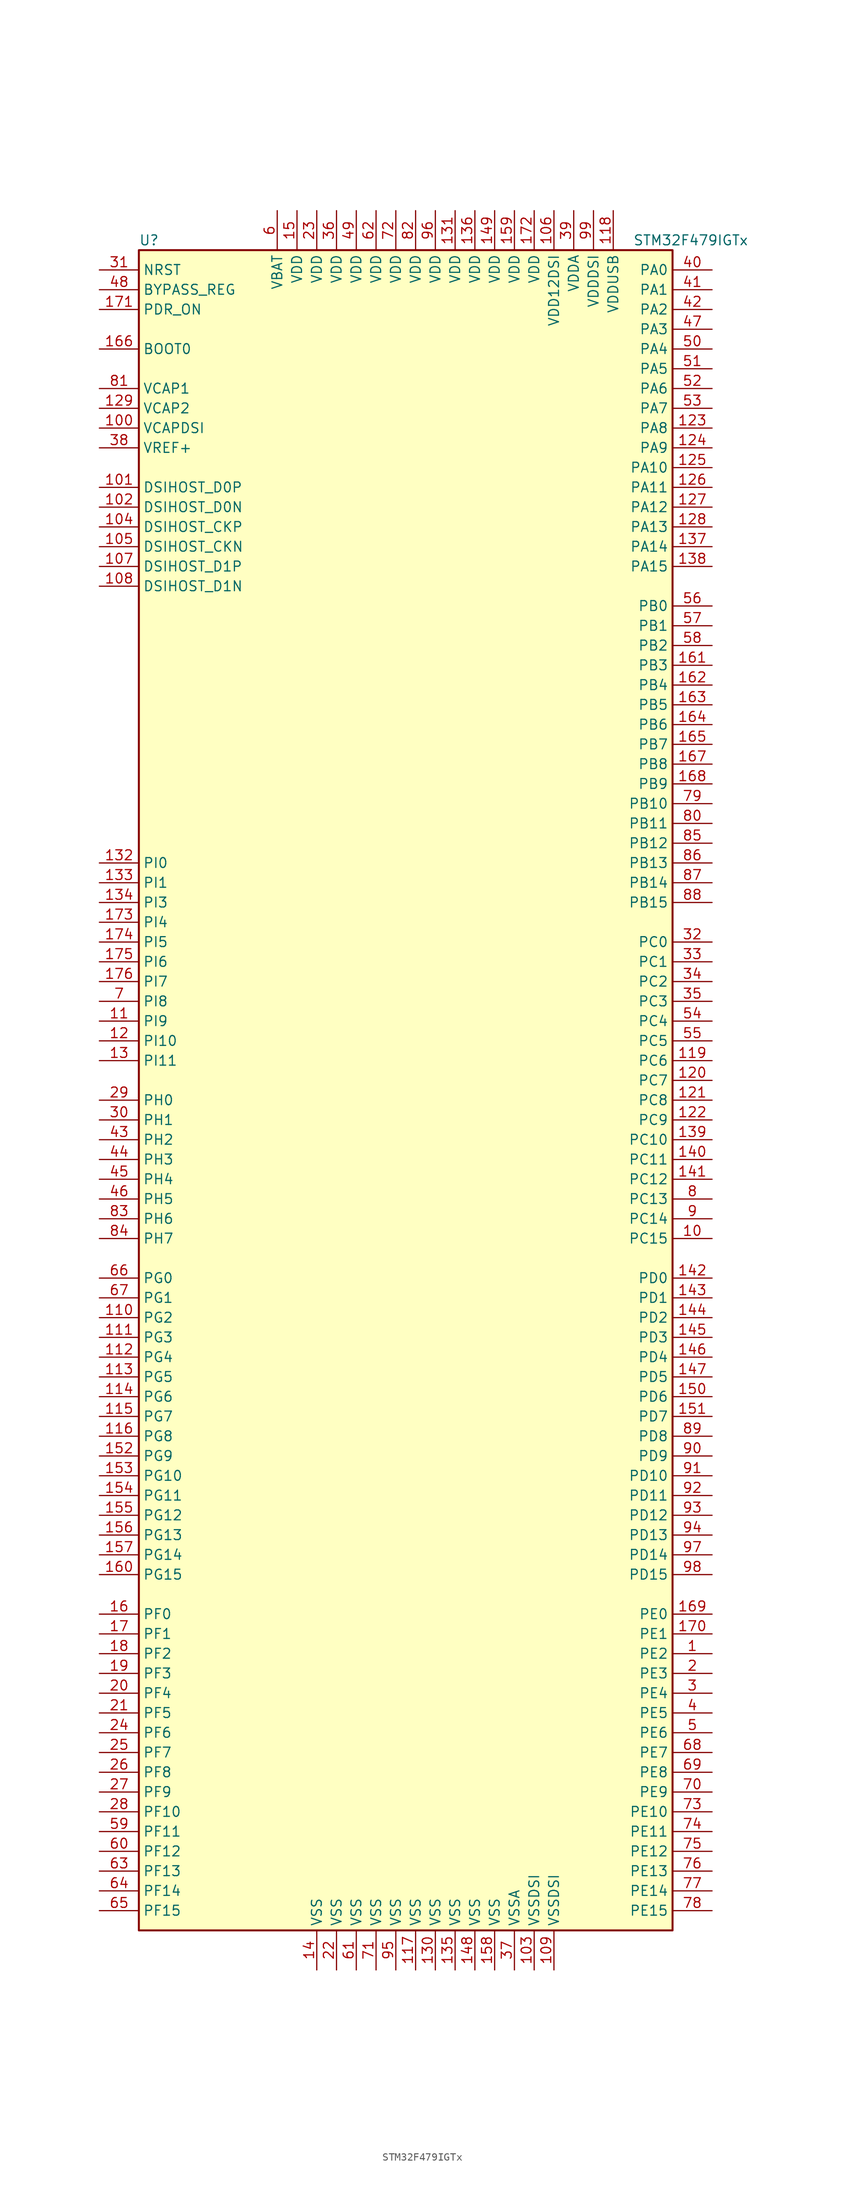
<source format=kicad_sym>
(kicad_symbol_lib
  (version 20211014)
  (generator kicad_symbol_editor)
  (symbol "STM32F479IGTx"
    (property "Reference" "U"
      (at -35.56 107.95 0)
      (effects (font (size 1.27 1.27)) (justify left)))
    (property "Value" "STM32F479IGTx"
      (at 27.94 107.95 0)
      (effects (font (size 1.27 1.27)) (justify left)))
    (symbol "STM32F479IGTx_0_1"
      (rectangle (start -35.56 -109.22) (end 33.02 106.68) (stroke (width 0.254) (type default) (color 0 0 0 0)) (fill (type background))))
    (symbol "STM32F479IGTx_1_1"
      (pin bidirectional line (at 38.1 -73.66 180) (length 5.08) (name "PE2" (effects (font (size 1.27 1.27)))) (number "1" (effects (font (size 1.27 1.27)))))
      (pin bidirectional line (at 38.1 -20.32 180) (length 5.08) (name "PC15" (effects (font (size 1.27 1.27)))) (number "10" (effects (font (size 1.27 1.27)))))
      (pin power_in line (at -40.64 83.82 0) (length 5.08) (name "VCAPDSI" (effects (font (size 1.27 1.27)))) (number "100" (effects (font (size 1.27 1.27)))))
      (pin bidirectional line (at -40.64 76.2 0) (length 5.08) (name "DSIHOST_D0P" (effects (font (size 1.27 1.27)))) (number "101" (effects (font (size 1.27 1.27)))))
      (pin bidirectional line (at -40.64 73.66 0) (length 5.08) (name "DSIHOST_D0N" (effects (font (size 1.27 1.27)))) (number "102" (effects (font (size 1.27 1.27)))))
      (pin power_in line (at 15.24 -114.3 90) (length 5.08) (name "VSSDSI" (effects (font (size 1.27 1.27)))) (number "103" (effects (font (size 1.27 1.27)))))
      (pin bidirectional line (at -40.64 71.12 0) (length 5.08) (name "DSIHOST_CKP" (effects (font (size 1.27 1.27)))) (number "104" (effects (font (size 1.27 1.27)))))
      (pin bidirectional line (at -40.64 68.58 0) (length 5.08) (name "DSIHOST_CKN" (effects (font (size 1.27 1.27)))) (number "105" (effects (font (size 1.27 1.27)))))
      (pin power_in line (at 17.78 111.76 270) (length 5.08) (name "VDD12DSI" (effects (font (size 1.27 1.27)))) (number "106" (effects (font (size 1.27 1.27)))))
      (pin bidirectional line (at -40.64 66.04 0) (length 5.08) (name "DSIHOST_D1P" (effects (font (size 1.27 1.27)))) (number "107" (effects (font (size 1.27 1.27)))))
      (pin bidirectional line (at -40.64 63.5 0) (length 5.08) (name "DSIHOST_D1N" (effects (font (size 1.27 1.27)))) (number "108" (effects (font (size 1.27 1.27)))))
      (pin power_in line (at 17.78 -114.3 90) (length 5.08) (name "VSSDSI" (effects (font (size 1.27 1.27)))) (number "109" (effects (font (size 1.27 1.27)))))
      (pin bidirectional line (at -40.64 7.62 0) (length 5.08) (name "PI9" (effects (font (size 1.27 1.27)))) (number "11" (effects (font (size 1.27 1.27)))))
      (pin bidirectional line (at -40.64 -30.48 0) (length 5.08) (name "PG2" (effects (font (size 1.27 1.27)))) (number "110" (effects (font (size 1.27 1.27)))))
      (pin bidirectional line (at -40.64 -33.02 0) (length 5.08) (name "PG3" (effects (font (size 1.27 1.27)))) (number "111" (effects (font (size 1.27 1.27)))))
      (pin bidirectional line (at -40.64 -35.56 0) (length 5.08) (name "PG4" (effects (font (size 1.27 1.27)))) (number "112" (effects (font (size 1.27 1.27)))))
      (pin bidirectional line (at -40.64 -38.1 0) (length 5.08) (name "PG5" (effects (font (size 1.27 1.27)))) (number "113" (effects (font (size 1.27 1.27)))))
      (pin bidirectional line (at -40.64 -40.64 0) (length 5.08) (name "PG6" (effects (font (size 1.27 1.27)))) (number "114" (effects (font (size 1.27 1.27)))))
      (pin bidirectional line (at -40.64 -43.18 0) (length 5.08) (name "PG7" (effects (font (size 1.27 1.27)))) (number "115" (effects (font (size 1.27 1.27)))))
      (pin bidirectional line (at -40.64 -45.72 0) (length 5.08) (name "PG8" (effects (font (size 1.27 1.27)))) (number "116" (effects (font (size 1.27 1.27)))))
      (pin power_in line (at 0 -114.3 90) (length 5.08) (name "VSS" (effects (font (size 1.27 1.27)))) (number "117" (effects (font (size 1.27 1.27)))))
      (pin power_in line (at 25.4 111.76 270) (length 5.08) (name "VDDUSB" (effects (font (size 1.27 1.27)))) (number "118" (effects (font (size 1.27 1.27)))))
      (pin bidirectional line (at 38.1 2.54 180) (length 5.08) (name "PC6" (effects (font (size 1.27 1.27)))) (number "119" (effects (font (size 1.27 1.27)))))
      (pin bidirectional line (at -40.64 5.08 0) (length 5.08) (name "PI10" (effects (font (size 1.27 1.27)))) (number "12" (effects (font (size 1.27 1.27)))))
      (pin bidirectional line (at 38.1 0 180) (length 5.08) (name "PC7" (effects (font (size 1.27 1.27)))) (number "120" (effects (font (size 1.27 1.27)))))
      (pin bidirectional line (at 38.1 -2.54 180) (length 5.08) (name "PC8" (effects (font (size 1.27 1.27)))) (number "121" (effects (font (size 1.27 1.27)))))
      (pin bidirectional line (at 38.1 -5.08 180) (length 5.08) (name "PC9" (effects (font (size 1.27 1.27)))) (number "122" (effects (font (size 1.27 1.27)))))
      (pin bidirectional line (at 38.1 83.82 180) (length 5.08) (name "PA8" (effects (font (size 1.27 1.27)))) (number "123" (effects (font (size 1.27 1.27)))))
      (pin bidirectional line (at 38.1 81.28 180) (length 5.08) (name "PA9" (effects (font (size 1.27 1.27)))) (number "124" (effects (font (size 1.27 1.27)))))
      (pin bidirectional line (at 38.1 78.74 180) (length 5.08) (name "PA10" (effects (font (size 1.27 1.27)))) (number "125" (effects (font (size 1.27 1.27)))))
      (pin bidirectional line (at 38.1 76.2 180) (length 5.08) (name "PA11" (effects (font (size 1.27 1.27)))) (number "126" (effects (font (size 1.27 1.27)))))
      (pin bidirectional line (at 38.1 73.66 180) (length 5.08) (name "PA12" (effects (font (size 1.27 1.27)))) (number "127" (effects (font (size 1.27 1.27)))))
      (pin bidirectional line (at 38.1 71.12 180) (length 5.08) (name "PA13" (effects (font (size 1.27 1.27)))) (number "128" (effects (font (size 1.27 1.27)))))
      (pin power_in line (at -40.64 86.36 0) (length 5.08) (name "VCAP2" (effects (font (size 1.27 1.27)))) (number "129" (effects (font (size 1.27 1.27)))))
      (pin bidirectional line (at -40.64 2.54 0) (length 5.08) (name "PI11" (effects (font (size 1.27 1.27)))) (number "13" (effects (font (size 1.27 1.27)))))
      (pin power_in line (at 2.54 -114.3 90) (length 5.08) (name "VSS" (effects (font (size 1.27 1.27)))) (number "130" (effects (font (size 1.27 1.27)))))
      (pin power_in line (at 5.08 111.76 270) (length 5.08) (name "VDD" (effects (font (size 1.27 1.27)))) (number "131" (effects (font (size 1.27 1.27)))))
      (pin bidirectional line (at -40.64 27.94 0) (length 5.08) (name "PI0" (effects (font (size 1.27 1.27)))) (number "132" (effects (font (size 1.27 1.27)))))
      (pin bidirectional line (at -40.64 25.4 0) (length 5.08) (name "PI1" (effects (font (size 1.27 1.27)))) (number "133" (effects (font (size 1.27 1.27)))))
      (pin bidirectional line (at -40.64 22.86 0) (length 5.08) (name "PI3" (effects (font (size 1.27 1.27)))) (number "134" (effects (font (size 1.27 1.27)))))
      (pin power_in line (at 5.08 -114.3 90) (length 5.08) (name "VSS" (effects (font (size 1.27 1.27)))) (number "135" (effects (font (size 1.27 1.27)))))
      (pin power_in line (at 7.62 111.76 270) (length 5.08) (name "VDD" (effects (font (size 1.27 1.27)))) (number "136" (effects (font (size 1.27 1.27)))))
      (pin bidirectional line (at 38.1 68.58 180) (length 5.08) (name "PA14" (effects (font (size 1.27 1.27)))) (number "137" (effects (font (size 1.27 1.27)))))
      (pin bidirectional line (at 38.1 66.04 180) (length 5.08) (name "PA15" (effects (font (size 1.27 1.27)))) (number "138" (effects (font (size 1.27 1.27)))))
      (pin bidirectional line (at 38.1 -7.62 180) (length 5.08) (name "PC10" (effects (font (size 1.27 1.27)))) (number "139" (effects (font (size 1.27 1.27)))))
      (pin power_in line (at -12.7 -114.3 90) (length 5.08) (name "VSS" (effects (font (size 1.27 1.27)))) (number "14" (effects (font (size 1.27 1.27)))))
      (pin bidirectional line (at 38.1 -10.16 180) (length 5.08) (name "PC11" (effects (font (size 1.27 1.27)))) (number "140" (effects (font (size 1.27 1.27)))))
      (pin bidirectional line (at 38.1 -12.7 180) (length 5.08) (name "PC12" (effects (font (size 1.27 1.27)))) (number "141" (effects (font (size 1.27 1.27)))))
      (pin bidirectional line (at 38.1 -25.4 180) (length 5.08) (name "PD0" (effects (font (size 1.27 1.27)))) (number "142" (effects (font (size 1.27 1.27)))))
      (pin bidirectional line (at 38.1 -27.94 180) (length 5.08) (name "PD1" (effects (font (size 1.27 1.27)))) (number "143" (effects (font (size 1.27 1.27)))))
      (pin bidirectional line (at 38.1 -30.48 180) (length 5.08) (name "PD2" (effects (font (size 1.27 1.27)))) (number "144" (effects (font (size 1.27 1.27)))))
      (pin bidirectional line (at 38.1 -33.02 180) (length 5.08) (name "PD3" (effects (font (size 1.27 1.27)))) (number "145" (effects (font (size 1.27 1.27)))))
      (pin bidirectional line (at 38.1 -35.56 180) (length 5.08) (name "PD4" (effects (font (size 1.27 1.27)))) (number "146" (effects (font (size 1.27 1.27)))))
      (pin bidirectional line (at 38.1 -38.1 180) (length 5.08) (name "PD5" (effects (font (size 1.27 1.27)))) (number "147" (effects (font (size 1.27 1.27)))))
      (pin power_in line (at 7.62 -114.3 90) (length 5.08) (name "VSS" (effects (font (size 1.27 1.27)))) (number "148" (effects (font (size 1.27 1.27)))))
      (pin power_in line (at 10.16 111.76 270) (length 5.08) (name "VDD" (effects (font (size 1.27 1.27)))) (number "149" (effects (font (size 1.27 1.27)))))
      (pin power_in line (at -15.24 111.76 270) (length 5.08) (name "VDD" (effects (font (size 1.27 1.27)))) (number "15" (effects (font (size 1.27 1.27)))))
      (pin bidirectional line (at 38.1 -40.64 180) (length 5.08) (name "PD6" (effects (font (size 1.27 1.27)))) (number "150" (effects (font (size 1.27 1.27)))))
      (pin bidirectional line (at 38.1 -43.18 180) (length 5.08) (name "PD7" (effects (font (size 1.27 1.27)))) (number "151" (effects (font (size 1.27 1.27)))))
      (pin bidirectional line (at -40.64 -48.26 0) (length 5.08) (name "PG9" (effects (font (size 1.27 1.27)))) (number "152" (effects (font (size 1.27 1.27)))))
      (pin bidirectional line (at -40.64 -50.8 0) (length 5.08) (name "PG10" (effects (font (size 1.27 1.27)))) (number "153" (effects (font (size 1.27 1.27)))))
      (pin bidirectional line (at -40.64 -53.34 0) (length 5.08) (name "PG11" (effects (font (size 1.27 1.27)))) (number "154" (effects (font (size 1.27 1.27)))))
      (pin bidirectional line (at -40.64 -55.88 0) (length 5.08) (name "PG12" (effects (font (size 1.27 1.27)))) (number "155" (effects (font (size 1.27 1.27)))))
      (pin bidirectional line (at -40.64 -58.42 0) (length 5.08) (name "PG13" (effects (font (size 1.27 1.27)))) (number "156" (effects (font (size 1.27 1.27)))))
      (pin bidirectional line (at -40.64 -60.96 0) (length 5.08) (name "PG14" (effects (font (size 1.27 1.27)))) (number "157" (effects (font (size 1.27 1.27)))))
      (pin power_in line (at 10.16 -114.3 90) (length 5.08) (name "VSS" (effects (font (size 1.27 1.27)))) (number "158" (effects (font (size 1.27 1.27)))))
      (pin power_in line (at 12.7 111.76 270) (length 5.08) (name "VDD" (effects (font (size 1.27 1.27)))) (number "159" (effects (font (size 1.27 1.27)))))
      (pin bidirectional line (at -40.64 -68.58 0) (length 5.08) (name "PF0" (effects (font (size 1.27 1.27)))) (number "16" (effects (font (size 1.27 1.27)))))
      (pin bidirectional line (at -40.64 -63.5 0) (length 5.08) (name "PG15" (effects (font (size 1.27 1.27)))) (number "160" (effects (font (size 1.27 1.27)))))
      (pin bidirectional line (at 38.1 53.34 180) (length 5.08) (name "PB3" (effects (font (size 1.27 1.27)))) (number "161" (effects (font (size 1.27 1.27)))))
      (pin bidirectional line (at 38.1 50.8 180) (length 5.08) (name "PB4" (effects (font (size 1.27 1.27)))) (number "162" (effects (font (size 1.27 1.27)))))
      (pin bidirectional line (at 38.1 48.26 180) (length 5.08) (name "PB5" (effects (font (size 1.27 1.27)))) (number "163" (effects (font (size 1.27 1.27)))))
      (pin bidirectional line (at 38.1 45.72 180) (length 5.08) (name "PB6" (effects (font (size 1.27 1.27)))) (number "164" (effects (font (size 1.27 1.27)))))
      (pin bidirectional line (at 38.1 43.18 180) (length 5.08) (name "PB7" (effects (font (size 1.27 1.27)))) (number "165" (effects (font (size 1.27 1.27)))))
      (pin input line (at -40.64 93.98 0) (length 5.08) (name "BOOT0" (effects (font (size 1.27 1.27)))) (number "166" (effects (font (size 1.27 1.27)))))
      (pin bidirectional line (at 38.1 40.64 180) (length 5.08) (name "PB8" (effects (font (size 1.27 1.27)))) (number "167" (effects (font (size 1.27 1.27)))))
      (pin bidirectional line (at 38.1 38.1 180) (length 5.08) (name "PB9" (effects (font (size 1.27 1.27)))) (number "168" (effects (font (size 1.27 1.27)))))
      (pin bidirectional line (at 38.1 -68.58 180) (length 5.08) (name "PE0" (effects (font (size 1.27 1.27)))) (number "169" (effects (font (size 1.27 1.27)))))
      (pin bidirectional line (at -40.64 -71.12 0) (length 5.08) (name "PF1" (effects (font (size 1.27 1.27)))) (number "17" (effects (font (size 1.27 1.27)))))
      (pin bidirectional line (at 38.1 -71.12 180) (length 5.08) (name "PE1" (effects (font (size 1.27 1.27)))) (number "170" (effects (font (size 1.27 1.27)))))
      (pin input line (at -40.64 99.06 0) (length 5.08) (name "PDR_ON" (effects (font (size 1.27 1.27)))) (number "171" (effects (font (size 1.27 1.27)))))
      (pin power_in line (at 15.24 111.76 270) (length 5.08) (name "VDD" (effects (font (size 1.27 1.27)))) (number "172" (effects (font (size 1.27 1.27)))))
      (pin bidirectional line (at -40.64 20.32 0) (length 5.08) (name "PI4" (effects (font (size 1.27 1.27)))) (number "173" (effects (font (size 1.27 1.27)))))
      (pin bidirectional line (at -40.64 17.78 0) (length 5.08) (name "PI5" (effects (font (size 1.27 1.27)))) (number "174" (effects (font (size 1.27 1.27)))))
      (pin bidirectional line (at -40.64 15.24 0) (length 5.08) (name "PI6" (effects (font (size 1.27 1.27)))) (number "175" (effects (font (size 1.27 1.27)))))
      (pin bidirectional line (at -40.64 12.7 0) (length 5.08) (name "PI7" (effects (font (size 1.27 1.27)))) (number "176" (effects (font (size 1.27 1.27)))))
      (pin bidirectional line (at -40.64 -73.66 0) (length 5.08) (name "PF2" (effects (font (size 1.27 1.27)))) (number "18" (effects (font (size 1.27 1.27)))))
      (pin bidirectional line (at -40.64 -76.2 0) (length 5.08) (name "PF3" (effects (font (size 1.27 1.27)))) (number "19" (effects (font (size 1.27 1.27)))))
      (pin bidirectional line (at 38.1 -76.2 180) (length 5.08) (name "PE3" (effects (font (size 1.27 1.27)))) (number "2" (effects (font (size 1.27 1.27)))))
      (pin bidirectional line (at -40.64 -78.74 0) (length 5.08) (name "PF4" (effects (font (size 1.27 1.27)))) (number "20" (effects (font (size 1.27 1.27)))))
      (pin bidirectional line (at -40.64 -81.28 0) (length 5.08) (name "PF5" (effects (font (size 1.27 1.27)))) (number "21" (effects (font (size 1.27 1.27)))))
      (pin power_in line (at -10.16 -114.3 90) (length 5.08) (name "VSS" (effects (font (size 1.27 1.27)))) (number "22" (effects (font (size 1.27 1.27)))))
      (pin power_in line (at -12.7 111.76 270) (length 5.08) (name "VDD" (effects (font (size 1.27 1.27)))) (number "23" (effects (font (size 1.27 1.27)))))
      (pin bidirectional line (at -40.64 -83.82 0) (length 5.08) (name "PF6" (effects (font (size 1.27 1.27)))) (number "24" (effects (font (size 1.27 1.27)))))
      (pin bidirectional line (at -40.64 -86.36 0) (length 5.08) (name "PF7" (effects (font (size 1.27 1.27)))) (number "25" (effects (font (size 1.27 1.27)))))
      (pin bidirectional line (at -40.64 -88.9 0) (length 5.08) (name "PF8" (effects (font (size 1.27 1.27)))) (number "26" (effects (font (size 1.27 1.27)))))
      (pin bidirectional line (at -40.64 -91.44 0) (length 5.08) (name "PF9" (effects (font (size 1.27 1.27)))) (number "27" (effects (font (size 1.27 1.27)))))
      (pin bidirectional line (at -40.64 -93.98 0) (length 5.08) (name "PF10" (effects (font (size 1.27 1.27)))) (number "28" (effects (font (size 1.27 1.27)))))
      (pin input line (at -40.64 -2.54 0) (length 5.08) (name "PH0" (effects (font (size 1.27 1.27)))) (number "29" (effects (font (size 1.27 1.27)))))
      (pin bidirectional line (at 38.1 -78.74 180) (length 5.08) (name "PE4" (effects (font (size 1.27 1.27)))) (number "3" (effects (font (size 1.27 1.27)))))
      (pin input line (at -40.64 -5.08 0) (length 5.08) (name "PH1" (effects (font (size 1.27 1.27)))) (number "30" (effects (font (size 1.27 1.27)))))
      (pin input line (at -40.64 104.14 0) (length 5.08) (name "NRST" (effects (font (size 1.27 1.27)))) (number "31" (effects (font (size 1.27 1.27)))))
      (pin bidirectional line (at 38.1 17.78 180) (length 5.08) (name "PC0" (effects (font (size 1.27 1.27)))) (number "32" (effects (font (size 1.27 1.27)))))
      (pin bidirectional line (at 38.1 15.24 180) (length 5.08) (name "PC1" (effects (font (size 1.27 1.27)))) (number "33" (effects (font (size 1.27 1.27)))))
      (pin bidirectional line (at 38.1 12.7 180) (length 5.08) (name "PC2" (effects (font (size 1.27 1.27)))) (number "34" (effects (font (size 1.27 1.27)))))
      (pin bidirectional line (at 38.1 10.16 180) (length 5.08) (name "PC3" (effects (font (size 1.27 1.27)))) (number "35" (effects (font (size 1.27 1.27)))))
      (pin power_in line (at -10.16 111.76 270) (length 5.08) (name "VDD" (effects (font (size 1.27 1.27)))) (number "36" (effects (font (size 1.27 1.27)))))
      (pin power_in line (at 12.7 -114.3 90) (length 5.08) (name "VSSA" (effects (font (size 1.27 1.27)))) (number "37" (effects (font (size 1.27 1.27)))))
      (pin power_in line (at -40.64 81.28 0) (length 5.08) (name "VREF+" (effects (font (size 1.27 1.27)))) (number "38" (effects (font (size 1.27 1.27)))))
      (pin power_in line (at 20.32 111.76 270) (length 5.08) (name "VDDA" (effects (font (size 1.27 1.27)))) (number "39" (effects (font (size 1.27 1.27)))))
      (pin bidirectional line (at 38.1 -81.28 180) (length 5.08) (name "PE5" (effects (font (size 1.27 1.27)))) (number "4" (effects (font (size 1.27 1.27)))))
      (pin bidirectional line (at 38.1 104.14 180) (length 5.08) (name "PA0" (effects (font (size 1.27 1.27)))) (number "40" (effects (font (size 1.27 1.27)))))
      (pin bidirectional line (at 38.1 101.6 180) (length 5.08) (name "PA1" (effects (font (size 1.27 1.27)))) (number "41" (effects (font (size 1.27 1.27)))))
      (pin bidirectional line (at 38.1 99.06 180) (length 5.08) (name "PA2" (effects (font (size 1.27 1.27)))) (number "42" (effects (font (size 1.27 1.27)))))
      (pin bidirectional line (at -40.64 -7.62 0) (length 5.08) (name "PH2" (effects (font (size 1.27 1.27)))) (number "43" (effects (font (size 1.27 1.27)))))
      (pin bidirectional line (at -40.64 -10.16 0) (length 5.08) (name "PH3" (effects (font (size 1.27 1.27)))) (number "44" (effects (font (size 1.27 1.27)))))
      (pin bidirectional line (at -40.64 -12.7 0) (length 5.08) (name "PH4" (effects (font (size 1.27 1.27)))) (number "45" (effects (font (size 1.27 1.27)))))
      (pin bidirectional line (at -40.64 -15.24 0) (length 5.08) (name "PH5" (effects (font (size 1.27 1.27)))) (number "46" (effects (font (size 1.27 1.27)))))
      (pin bidirectional line (at 38.1 96.52 180) (length 5.08) (name "PA3" (effects (font (size 1.27 1.27)))) (number "47" (effects (font (size 1.27 1.27)))))
      (pin input line (at -40.64 101.6 0) (length 5.08) (name "BYPASS_REG" (effects (font (size 1.27 1.27)))) (number "48" (effects (font (size 1.27 1.27)))))
      (pin power_in line (at -7.62 111.76 270) (length 5.08) (name "VDD" (effects (font (size 1.27 1.27)))) (number "49" (effects (font (size 1.27 1.27)))))
      (pin bidirectional line (at 38.1 -83.82 180) (length 5.08) (name "PE6" (effects (font (size 1.27 1.27)))) (number "5" (effects (font (size 1.27 1.27)))))
      (pin bidirectional line (at 38.1 93.98 180) (length 5.08) (name "PA4" (effects (font (size 1.27 1.27)))) (number "50" (effects (font (size 1.27 1.27)))))
      (pin bidirectional line (at 38.1 91.44 180) (length 5.08) (name "PA5" (effects (font (size 1.27 1.27)))) (number "51" (effects (font (size 1.27 1.27)))))
      (pin bidirectional line (at 38.1 88.9 180) (length 5.08) (name "PA6" (effects (font (size 1.27 1.27)))) (number "52" (effects (font (size 1.27 1.27)))))
      (pin bidirectional line (at 38.1 86.36 180) (length 5.08) (name "PA7" (effects (font (size 1.27 1.27)))) (number "53" (effects (font (size 1.27 1.27)))))
      (pin bidirectional line (at 38.1 7.62 180) (length 5.08) (name "PC4" (effects (font (size 1.27 1.27)))) (number "54" (effects (font (size 1.27 1.27)))))
      (pin bidirectional line (at 38.1 5.08 180) (length 5.08) (name "PC5" (effects (font (size 1.27 1.27)))) (number "55" (effects (font (size 1.27 1.27)))))
      (pin bidirectional line (at 38.1 60.96 180) (length 5.08) (name "PB0" (effects (font (size 1.27 1.27)))) (number "56" (effects (font (size 1.27 1.27)))))
      (pin bidirectional line (at 38.1 58.42 180) (length 5.08) (name "PB1" (effects (font (size 1.27 1.27)))) (number "57" (effects (font (size 1.27 1.27)))))
      (pin bidirectional line (at 38.1 55.88 180) (length 5.08) (name "PB2" (effects (font (size 1.27 1.27)))) (number "58" (effects (font (size 1.27 1.27)))))
      (pin bidirectional line (at -40.64 -96.52 0) (length 5.08) (name "PF11" (effects (font (size 1.27 1.27)))) (number "59" (effects (font (size 1.27 1.27)))))
      (pin power_in line (at -17.78 111.76 270) (length 5.08) (name "VBAT" (effects (font (size 1.27 1.27)))) (number "6" (effects (font (size 1.27 1.27)))))
      (pin bidirectional line (at -40.64 -99.06 0) (length 5.08) (name "PF12" (effects (font (size 1.27 1.27)))) (number "60" (effects (font (size 1.27 1.27)))))
      (pin power_in line (at -7.62 -114.3 90) (length 5.08) (name "VSS" (effects (font (size 1.27 1.27)))) (number "61" (effects (font (size 1.27 1.27)))))
      (pin power_in line (at -5.08 111.76 270) (length 5.08) (name "VDD" (effects (font (size 1.27 1.27)))) (number "62" (effects (font (size 1.27 1.27)))))
      (pin bidirectional line (at -40.64 -101.6 0) (length 5.08) (name "PF13" (effects (font (size 1.27 1.27)))) (number "63" (effects (font (size 1.27 1.27)))))
      (pin bidirectional line (at -40.64 -104.14 0) (length 5.08) (name "PF14" (effects (font (size 1.27 1.27)))) (number "64" (effects (font (size 1.27 1.27)))))
      (pin bidirectional line (at -40.64 -106.68 0) (length 5.08) (name "PF15" (effects (font (size 1.27 1.27)))) (number "65" (effects (font (size 1.27 1.27)))))
      (pin bidirectional line (at -40.64 -25.4 0) (length 5.08) (name "PG0" (effects (font (size 1.27 1.27)))) (number "66" (effects (font (size 1.27 1.27)))))
      (pin bidirectional line (at -40.64 -27.94 0) (length 5.08) (name "PG1" (effects (font (size 1.27 1.27)))) (number "67" (effects (font (size 1.27 1.27)))))
      (pin bidirectional line (at 38.1 -86.36 180) (length 5.08) (name "PE7" (effects (font (size 1.27 1.27)))) (number "68" (effects (font (size 1.27 1.27)))))
      (pin bidirectional line (at 38.1 -88.9 180) (length 5.08) (name "PE8" (effects (font (size 1.27 1.27)))) (number "69" (effects (font (size 1.27 1.27)))))
      (pin bidirectional line (at -40.64 10.16 0) (length 5.08) (name "PI8" (effects (font (size 1.27 1.27)))) (number "7" (effects (font (size 1.27 1.27)))))
      (pin bidirectional line (at 38.1 -91.44 180) (length 5.08) (name "PE9" (effects (font (size 1.27 1.27)))) (number "70" (effects (font (size 1.27 1.27)))))
      (pin power_in line (at -5.08 -114.3 90) (length 5.08) (name "VSS" (effects (font (size 1.27 1.27)))) (number "71" (effects (font (size 1.27 1.27)))))
      (pin power_in line (at -2.54 111.76 270) (length 5.08) (name "VDD" (effects (font (size 1.27 1.27)))) (number "72" (effects (font (size 1.27 1.27)))))
      (pin bidirectional line (at 38.1 -93.98 180) (length 5.08) (name "PE10" (effects (font (size 1.27 1.27)))) (number "73" (effects (font (size 1.27 1.27)))))
      (pin bidirectional line (at 38.1 -96.52 180) (length 5.08) (name "PE11" (effects (font (size 1.27 1.27)))) (number "74" (effects (font (size 1.27 1.27)))))
      (pin bidirectional line (at 38.1 -99.06 180) (length 5.08) (name "PE12" (effects (font (size 1.27 1.27)))) (number "75" (effects (font (size 1.27 1.27)))))
      (pin bidirectional line (at 38.1 -101.6 180) (length 5.08) (name "PE13" (effects (font (size 1.27 1.27)))) (number "76" (effects (font (size 1.27 1.27)))))
      (pin bidirectional line (at 38.1 -104.14 180) (length 5.08) (name "PE14" (effects (font (size 1.27 1.27)))) (number "77" (effects (font (size 1.27 1.27)))))
      (pin bidirectional line (at 38.1 -106.68 180) (length 5.08) (name "PE15" (effects (font (size 1.27 1.27)))) (number "78" (effects (font (size 1.27 1.27)))))
      (pin bidirectional line (at 38.1 35.56 180) (length 5.08) (name "PB10" (effects (font (size 1.27 1.27)))) (number "79" (effects (font (size 1.27 1.27)))))
      (pin bidirectional line (at 38.1 -15.24 180) (length 5.08) (name "PC13" (effects (font (size 1.27 1.27)))) (number "8" (effects (font (size 1.27 1.27)))))
      (pin bidirectional line (at 38.1 33.02 180) (length 5.08) (name "PB11" (effects (font (size 1.27 1.27)))) (number "80" (effects (font (size 1.27 1.27)))))
      (pin power_in line (at -40.64 88.9 0) (length 5.08) (name "VCAP1" (effects (font (size 1.27 1.27)))) (number "81" (effects (font (size 1.27 1.27)))))
      (pin power_in line (at 0 111.76 270) (length 5.08) (name "VDD" (effects (font (size 1.27 1.27)))) (number "82" (effects (font (size 1.27 1.27)))))
      (pin bidirectional line (at -40.64 -17.78 0) (length 5.08) (name "PH6" (effects (font (size 1.27 1.27)))) (number "83" (effects (font (size 1.27 1.27)))))
      (pin bidirectional line (at -40.64 -20.32 0) (length 5.08) (name "PH7" (effects (font (size 1.27 1.27)))) (number "84" (effects (font (size 1.27 1.27)))))
      (pin bidirectional line (at 38.1 30.48 180) (length 5.08) (name "PB12" (effects (font (size 1.27 1.27)))) (number "85" (effects (font (size 1.27 1.27)))))
      (pin bidirectional line (at 38.1 27.94 180) (length 5.08) (name "PB13" (effects (font (size 1.27 1.27)))) (number "86" (effects (font (size 1.27 1.27)))))
      (pin bidirectional line (at 38.1 25.4 180) (length 5.08) (name "PB14" (effects (font (size 1.27 1.27)))) (number "87" (effects (font (size 1.27 1.27)))))
      (pin bidirectional line (at 38.1 22.86 180) (length 5.08) (name "PB15" (effects (font (size 1.27 1.27)))) (number "88" (effects (font (size 1.27 1.27)))))
      (pin bidirectional line (at 38.1 -45.72 180) (length 5.08) (name "PD8" (effects (font (size 1.27 1.27)))) (number "89" (effects (font (size 1.27 1.27)))))
      (pin bidirectional line (at 38.1 -17.78 180) (length 5.08) (name "PC14" (effects (font (size 1.27 1.27)))) (number "9" (effects (font (size 1.27 1.27)))))
      (pin bidirectional line (at 38.1 -48.26 180) (length 5.08) (name "PD9" (effects (font (size 1.27 1.27)))) (number "90" (effects (font (size 1.27 1.27)))))
      (pin bidirectional line (at 38.1 -50.8 180) (length 5.08) (name "PD10" (effects (font (size 1.27 1.27)))) (number "91" (effects (font (size 1.27 1.27)))))
      (pin bidirectional line (at 38.1 -53.34 180) (length 5.08) (name "PD11" (effects (font (size 1.27 1.27)))) (number "92" (effects (font (size 1.27 1.27)))))
      (pin bidirectional line (at 38.1 -55.88 180) (length 5.08) (name "PD12" (effects (font (size 1.27 1.27)))) (number "93" (effects (font (size 1.27 1.27)))))
      (pin bidirectional line (at 38.1 -58.42 180) (length 5.08) (name "PD13" (effects (font (size 1.27 1.27)))) (number "94" (effects (font (size 1.27 1.27)))))
      (pin power_in line (at -2.54 -114.3 90) (length 5.08) (name "VSS" (effects (font (size 1.27 1.27)))) (number "95" (effects (font (size 1.27 1.27)))))
      (pin power_in line (at 2.54 111.76 270) (length 5.08) (name "VDD" (effects (font (size 1.27 1.27)))) (number "96" (effects (font (size 1.27 1.27)))))
      (pin bidirectional line (at 38.1 -60.96 180) (length 5.08) (name "PD14" (effects (font (size 1.27 1.27)))) (number "97" (effects (font (size 1.27 1.27)))))
      (pin bidirectional line (at 38.1 -63.5 180) (length 5.08) (name "PD15" (effects (font (size 1.27 1.27)))) (number "98" (effects (font (size 1.27 1.27)))))
      (pin power_in line (at 22.86 111.76 270) (length 5.08) (name "VDDDSI" (effects (font (size 1.27 1.27)))) (number "99" (effects (font (size 1.27 1.27))))))))
</source>
